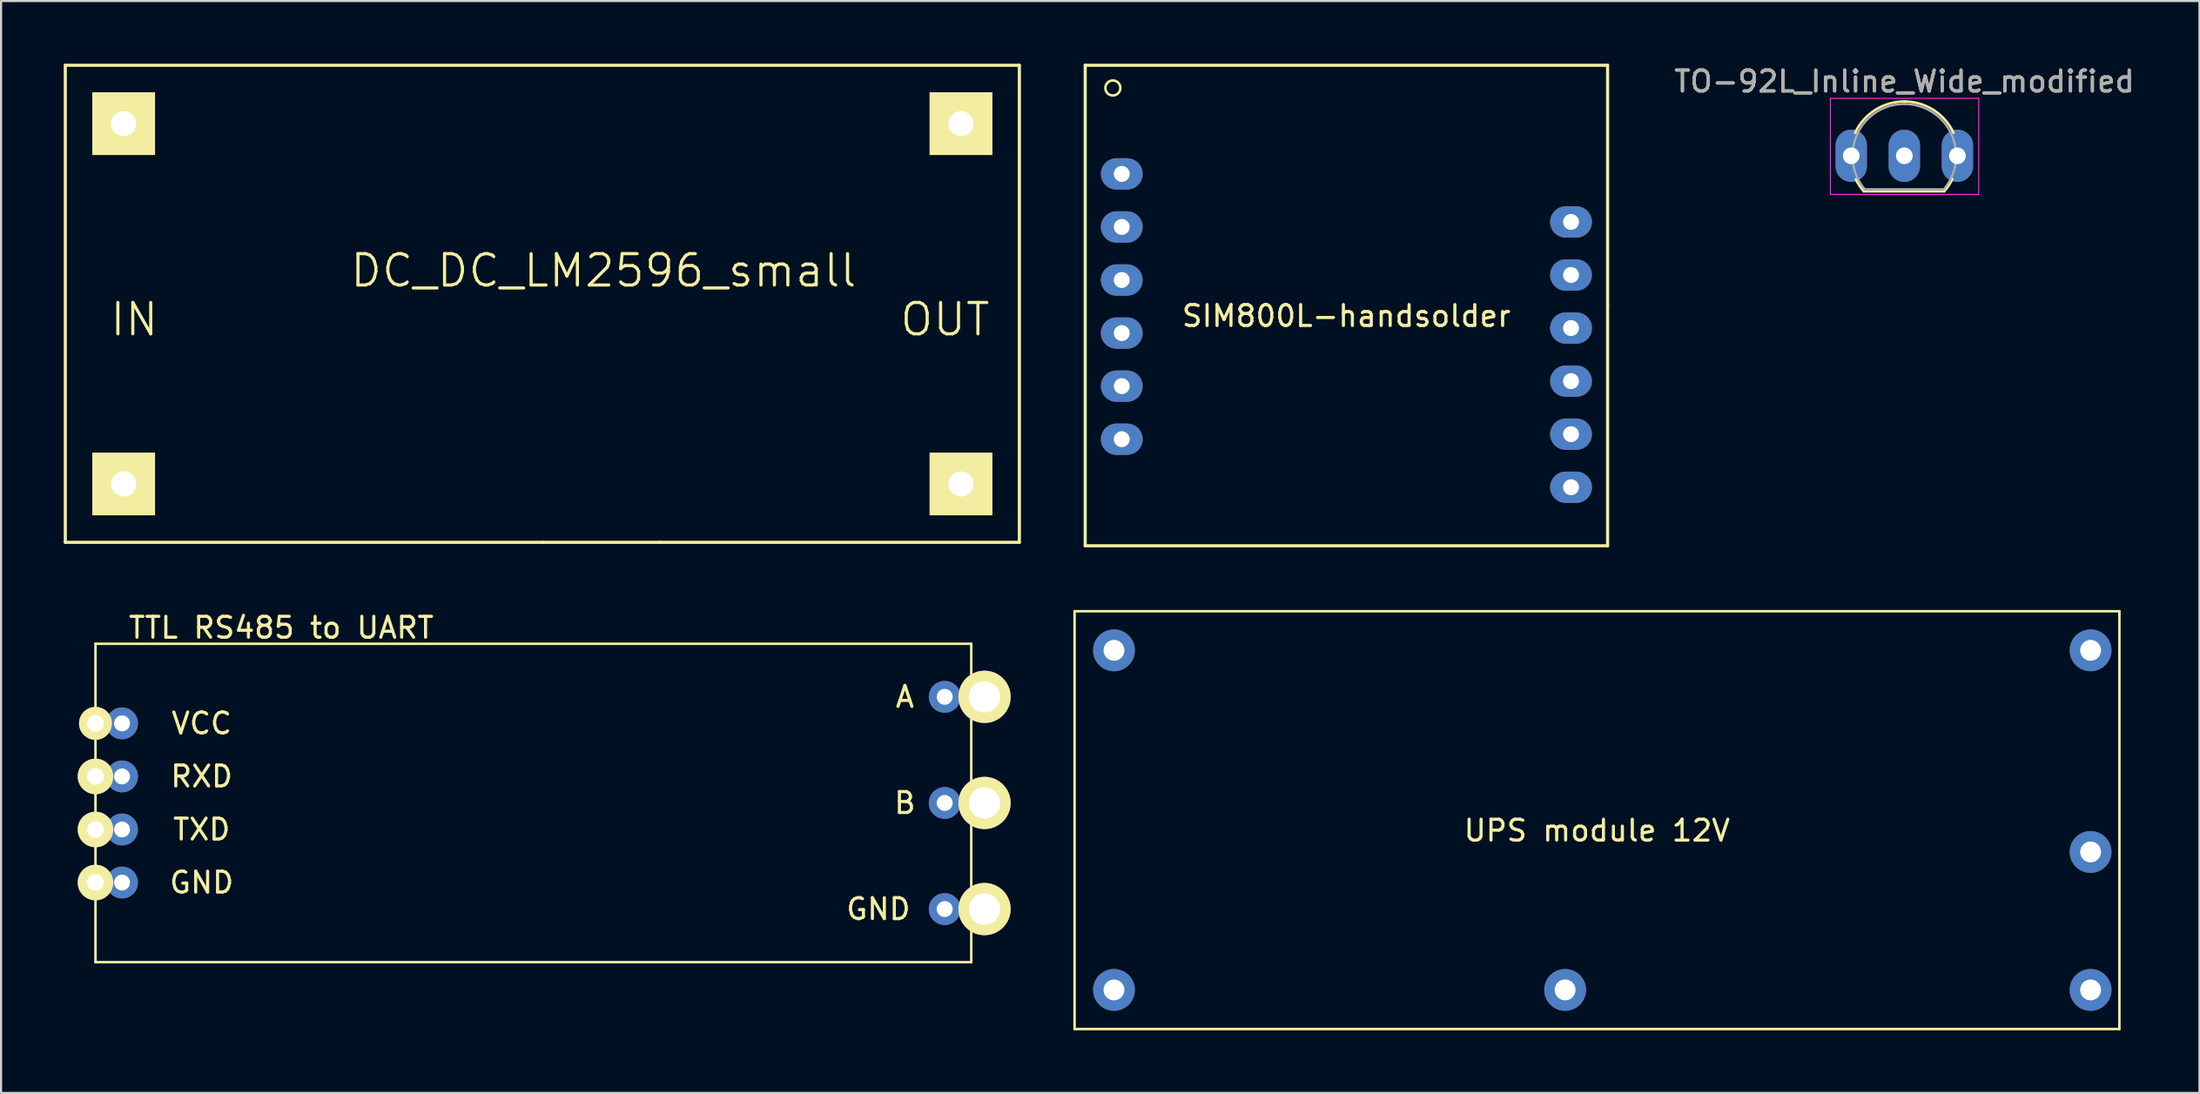
<source format=kicad_pcb>
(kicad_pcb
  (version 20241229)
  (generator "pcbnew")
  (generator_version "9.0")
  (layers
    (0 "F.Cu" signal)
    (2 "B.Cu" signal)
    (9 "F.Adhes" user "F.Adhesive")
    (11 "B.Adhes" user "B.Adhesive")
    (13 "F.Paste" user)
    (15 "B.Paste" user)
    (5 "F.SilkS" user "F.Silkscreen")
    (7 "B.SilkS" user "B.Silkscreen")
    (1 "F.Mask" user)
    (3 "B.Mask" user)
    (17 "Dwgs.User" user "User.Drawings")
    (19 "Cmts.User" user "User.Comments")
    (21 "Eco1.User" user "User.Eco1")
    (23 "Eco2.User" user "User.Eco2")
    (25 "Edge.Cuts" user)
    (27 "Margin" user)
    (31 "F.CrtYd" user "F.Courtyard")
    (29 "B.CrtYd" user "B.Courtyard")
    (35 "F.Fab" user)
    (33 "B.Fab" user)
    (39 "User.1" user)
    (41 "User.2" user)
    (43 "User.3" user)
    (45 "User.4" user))
  (footprint "DC_DC_LM2596_small"
    (layer "F.Cu")
    (at 25.729 12.243)
    (property "Reference" "DC_DC_LM2596_small" (at 0.102 -2.337 0) (layer "F.SilkS") (effects (font (size 1.5 1.5) (thickness 0.15))))
    (attr through_hole)
    (fp_line (start -25.654 -12.168) (end 20.004 -12.168) (stroke (width 0.15) (type solid)) (layer "F.SilkS"))
    (fp_line (start -25.654 10.668) (end -25.654 -12.168) (stroke (width 0.15) (type solid)) (layer "F.SilkS"))
    (fp_line (start -25.654 10.668) (end -2.794 10.668) (stroke (width 0.15) (type solid)) (layer "F.SilkS"))
    (fp_line (start 2.794 10.668) (end -2.794 10.668) (stroke (width 0.15) (type solid)) (layer "F.SilkS"))
    (fp_line (start 2.794 10.668) (end 20.003 10.668) (stroke (width 0.15) (type solid)) (layer "F.SilkS"))
    (fp_line (start 20.004 10.668) (end 20.004 -12.168) (stroke (width 0.15) (type solid)) (layer "F.SilkS"))
    (fp_text user "IN" (at -22.352 0 0) (layer "F.SilkS") (effects (font (size 1.5 1.5) (thickness 0.15))))
    (fp_text user "OUT" (at 16.448 0 0) (layer "F.SilkS") (effects (font (size 1.5 1.5) (thickness 0.15))))
    (pad "1" thru_hole custom (at -22.86 -9.374) (size 3 3) (drill 1.2) (layers "*.Cu" "*.Mask" "F.SilkS") (options (anchor rect)) (primitives))
    (pad "2" thru_hole custom (at -22.86 7.874) (size 3 3) (drill 1.2) (layers "*.Cu" "*.Mask" "F.SilkS") (options (anchor rect)) (primitives))
    (pad "3" thru_hole custom (at 17.21 -9.374) (size 3 3) (drill 1.2) (layers "*.Cu" "*.Mask" "F.SilkS") (options (anchor rect)) (primitives))
    (pad "4" thru_hole custom (at 17.21 7.874) (size 3 3) (drill 1.2) (layers "*.Cu" "*.Mask" "F.SilkS") (options (anchor rect)) (primitives)))
  (footprint "TTL RS485 to UART"
    (layer "F.Cu")
    (at 0.25 43.008)
    (property "Reference" "TTL RS485 to UART" (at 10.16 -16.01 0) (layer "F.SilkS") (effects (font (size 1 1) (thickness 0.15))))
    (attr through_hole)
    (fp_line (start 1.27 -15.24) (end 43.18 -15.24) (stroke (width 0.12) (type solid)) (layer "F.SilkS"))
    (fp_line (start 1.27 -7.62) (end 1.27 -15.24) (stroke (width 0.12) (type solid)) (layer "F.SilkS"))
    (fp_line (start 1.27 0) (end 1.27 -7.62) (stroke (width 0.12) (type solid)) (layer "F.SilkS"))
    (fp_line (start 43.18 -15.24) (end 43.18 0) (stroke (width 0.12) (type solid)) (layer "F.SilkS"))
    (fp_line (start 43.18 0) (end 1.27 0) (stroke (width 0.12) (type solid)) (layer "F.SilkS"))
    (fp_text user "RXD" (at 6.35 -8.89 0) (layer "F.SilkS") (effects (font (size 1 1) (thickness 0.15))))
    (fp_text user "VCC" (at 6.35 -11.43 0) (layer "F.SilkS") (effects (font (size 1 1) (thickness 0.15))))
    (fp_text user "B" (at 40.005 -7.62 0) (layer "F.SilkS") (effects (font (size 1 1) (thickness 0.15))))
    (fp_text user "TXD" (at 6.35 -6.35 0) (layer "F.SilkS") (effects (font (size 1 1) (thickness 0.15))))
    (fp_text user "GND" (at 6.35 -3.81 0) (layer "F.SilkS") (effects (font (size 1 1) (thickness 0.15))))
    (fp_text user "GND" (at 38.735 -2.54 0) (layer "F.SilkS") (effects (font (size 1 1) (thickness 0.15))))
    (fp_text user "A" (at 40.005 -12.7 0) (layer "F.SilkS") (effects (font (size 1 1) (thickness 0.15))))
    (pad "1" thru_hole circle (at 1.27 -11.43) (size 1.575 1.575) (drill 0.8) (layers "*.Cu" "*.Mask" "F.SilkS"))
    (pad "1" thru_hole circle (at 2.54 -11.43) (size 1.524 1.524) (drill 0.762) (layers "*.Cu" "*.Mask"))
    (pad "2" thru_hole circle (at 1.27 -8.89) (size 1.7 1.7) (drill 0.8) (layers "*.Cu" "*.Mask" "F.SilkS"))
    (pad "2" thru_hole circle (at 2.54 -8.89) (size 1.524 1.524) (drill 0.762) (layers "*.Cu" "*.Mask"))
    (pad "3" thru_hole circle (at 1.27 -6.35) (size 1.7 1.7) (drill 0.8) (layers "*.Cu" "*.Mask" "F.SilkS"))
    (pad "3" thru_hole circle (at 2.54 -6.35) (size 1.524 1.524) (drill 0.762) (layers "*.Cu" "*.Mask"))
    (pad "4" thru_hole circle (at 1.27 -3.81) (size 1.7 1.7) (drill 0.8) (layers "*.Cu" "*.Mask" "F.SilkS"))
    (pad "4" thru_hole circle (at 2.54 -3.81) (size 1.524 1.524) (drill 0.762) (layers "*.Cu" "*.Mask"))
    (pad "5" thru_hole circle (at 41.91 -12.7) (size 1.524 1.524) (drill 0.762) (layers "*.Cu" "*.Mask"))
    (pad "5" thru_hole circle (at 43.815 -12.7) (size 2.5 2.5) (drill 1.5) (layers "*.Cu" "*.Mask" "F.SilkS"))
    (pad "6" thru_hole circle (at 41.91 -7.62) (size 1.524 1.524) (drill 0.762) (layers "*.Cu" "*.Mask"))
    (pad "6" thru_hole circle (at 43.815 -7.62) (size 2.5 2.5) (drill 1.5) (layers "*.Cu" "*.Mask" "F.SilkS"))
    (pad "7" thru_hole circle (at 41.91 -2.54) (size 1.524 1.524) (drill 0.762) (layers "*.Cu" "*.Mask"))
    (pad "7" thru_hole circle (at 43.815 -2.54) (size 2.5 2.5) (drill 1.5) (layers "*.Cu" "*.Mask" "F.SilkS")))
  (footprint "UPS module 12V"
    (layer "F.Cu")
    (at 73.375 36.21)
    (property "Reference" "UPS module 12V" (at 0 0.5 0) (layer "F.SilkS") (effects (font (size 1 1) (thickness 0.15))))
    (attr through_hole)
    (fp_line (start -25 -10) (end -25 10) (stroke (width 0.12) (type solid)) (layer "F.SilkS"))
    (fp_line (start -25 -10) (end 25 -10) (stroke (width 0.12) (type solid)) (layer "F.SilkS"))
    (fp_line (start -25 10) (end 25 10) (stroke (width 0.12) (type solid)) (layer "F.SilkS"))
    (fp_line (start 25 -10) (end 25 10) (stroke (width 0.12) (type solid)) (layer "F.SilkS"))
    (pad "1" thru_hole circle (at -23.114 -8.128) (size 2 2) (drill 1) (layers "*.Cu" "*.Mask"))
    (pad "2" thru_hole circle (at -23.114 8.128) (size 2 2) (drill 1) (layers "*.Cu" "*.Mask"))
    (pad "3" thru_hole circle (at 23.622 -8.128) (size 2 2) (drill 1) (layers "*.Cu" "*.Mask"))
    (pad "4" thru_hole circle (at 23.622 1.524) (size 2 2) (drill 1) (layers "*.Cu" "*.Mask"))
    (pad "5" thru_hole circle (at -1.524 8.128) (size 2 2) (drill 1) (layers "*.Cu" "*.Mask"))
    (pad "6" thru_hole circle (at 23.622 8.128) (size 2 2) (drill 1) (layers "*.Cu" "*.Mask")))
  (footprint "TO-92L_Inline_Wide_modified"
    (layer "F.Cu")
    (at 85.543 4.408)
    (property "Reference" "TO-92L_Inline_Wide_modified" (at 2.54 -3.56 0) (layer "F.SilkS") (effects (font (size 1 1) (thickness 0.15))))
    (attr through_hole)
    (fp_line (start 0.6 1.7) (end 4.45 1.7) (stroke (width 0.12) (type solid)) (layer "F.SilkS"))
    (fp_arc (start 0.1836 -1.098807) (mid 1.143021 -2.192817) (end 2.54 -2.6) (stroke (width 0.12) (type solid)) (layer "F.SilkS"))
    (fp_arc (start 0.6 1.7) (mid 0.389183 1.423933) (end 0.217369 1.122045) (stroke (width 0.12) (type solid)) (layer "F.SilkS"))
    (fp_arc (start 2.54 -2.6) (mid 3.936979 -2.192818) (end 4.8964 -1.098807) (stroke (width 0.12) (type solid)) (layer "F.SilkS"))
    (fp_arc (start 4.842383 1.112264) (mid 4.666594 1.419753) (end 4.45 1.7) (stroke (width 0.12) (type solid)) (layer "F.SilkS"))
    (fp_line (start -1 -2.75) (end -1 1.85) (stroke (width 0.05) (type solid)) (layer "F.CrtYd"))
    (fp_line (start -1 -2.75) (end 6.1 -2.75) (stroke (width 0.05) (type solid)) (layer "F.CrtYd"))
    (fp_line (start 6.1 1.85) (end -1 1.85) (stroke (width 0.05) (type solid)) (layer "F.CrtYd"))
    (fp_line (start 6.1 1.85) (end 6.1 -2.75) (stroke (width 0.05) (type solid)) (layer "F.CrtYd"))
    (fp_line (start 0.65 1.6) (end 4.4 1.6) (stroke (width 0.1) (type solid)) (layer "F.Fab"))
    (fp_arc (start 0.647182 1.602385) (mid 0.290076 -1.043188) (end 2.54 -2.48) (stroke (width 0.1) (type solid)) (layer "F.Fab"))
    (fp_arc (start 2.54 -2.48) (mid 4.787211 -1.049019) (end 4.441103 1.592547) (stroke (width 0.1) (type solid)) (layer "F.Fab"))
    (fp_text user "${REFERENCE}" (at 2.54 -3.56 0) (layer "F.Fab") (effects (font (size 1 1) (thickness 0.15))))
    (pad "1" thru_hole oval (at 0 0 90) (size 2.5 1.5) (drill 0.8) (layers "*.Cu" "*.Mask"))
    (pad "2" thru_hole oval (at 2.54 0 90) (size 2.5 1.5) (drill 0.8) (layers "*.Cu" "*.Mask"))
    (pad "3" thru_hole oval (at 5.08 0 90) (size 2.5 1.5) (drill 0.8) (layers "*.Cu" "*.Mask")))
  (footprint "SIM800L-handsolder"
    (layer "F.Cu")
    (at 61.383 11.575)
    (property "Reference" "SIM800L-handsolder" (at 0 0.5 0) (layer "F.SilkS") (effects (font (size 1 1) (thickness 0.15))))
    (attr through_hole)
    (fp_line (start -12.5 -11.5) (end -12.5 11.5) (stroke (width 0.15) (type solid)) (layer "F.SilkS"))
    (fp_line (start -12.5 11.5) (end 12.5 11.5) (stroke (width 0.15) (type solid)) (layer "F.SilkS"))
    (fp_line (start 12.5 -11.5) (end -12.5 -11.5) (stroke (width 0.15) (type solid)) (layer "F.SilkS"))
    (fp_line (start 12.5 0) (end 12.5 -11.5) (stroke (width 0.15) (type solid)) (layer "F.SilkS"))
    (fp_line (start 12.5 11.5) (end 12.5 0) (stroke (width 0.15) (type solid)) (layer "F.SilkS"))
    (fp_circle (center -11.176 -10.414) (end -10.922 -10.16) (stroke (width 0.12) (type solid)) (fill no) (layer "F.SilkS"))
    (pad "1" thru_hole oval (at -10.75 -6.3) (size 2 1.5) (drill 0.762) (layers "*.Cu" "*.Mask"))
    (pad "2" thru_hole oval (at -10.75 -3.76) (size 2 1.5) (drill 0.762) (layers "*.Cu" "*.Mask"))
    (pad "3" thru_hole oval (at -10.75 -1.22) (size 2 1.5) (drill 0.762) (layers "*.Cu" "*.Mask"))
    (pad "4" thru_hole oval (at -10.75 1.32) (size 2 1.5) (drill 0.762) (layers "*.Cu" "*.Mask"))
    (pad "5" thru_hole oval (at -10.75 3.86) (size 2 1.5) (drill 0.762) (layers "*.Cu" "*.Mask"))
    (pad "6" thru_hole oval (at -10.75 6.4) (size 2 1.5) (drill 0.762) (layers "*.Cu" "*.Mask"))
    (pad "7" thru_hole oval (at 10.75 -4) (size 2 1.5) (drill 0.762) (layers "*.Cu" "*.Mask"))
    (pad "8" thru_hole oval (at 10.75 -1.46) (size 2 1.5) (drill 0.762) (layers "*.Cu" "*.Mask"))
    (pad "9" thru_hole oval (at 10.75 1.08) (size 2 1.5) (drill 0.762) (layers "*.Cu" "*.Mask"))
    (pad "10" thru_hole oval (at 10.75 3.62) (size 2 1.5) (drill 0.762) (layers "*.Cu" "*.Mask"))
    (pad "11" thru_hole oval (at 10.75 6.16) (size 2 1.5) (drill 0.762) (layers "*.Cu" "*.Mask"))
    (pad "12" thru_hole oval (at 10.75 8.7) (size 2 1.5) (drill 0.762) (layers "*.Cu" "*.Mask")))
  (gr_rect
    (start -3 -3)
    (end 102.208 49.27)
    (stroke (width 0.1) (type default))
    (fill no)
    (layer "Edge.Cuts")))
</source>
